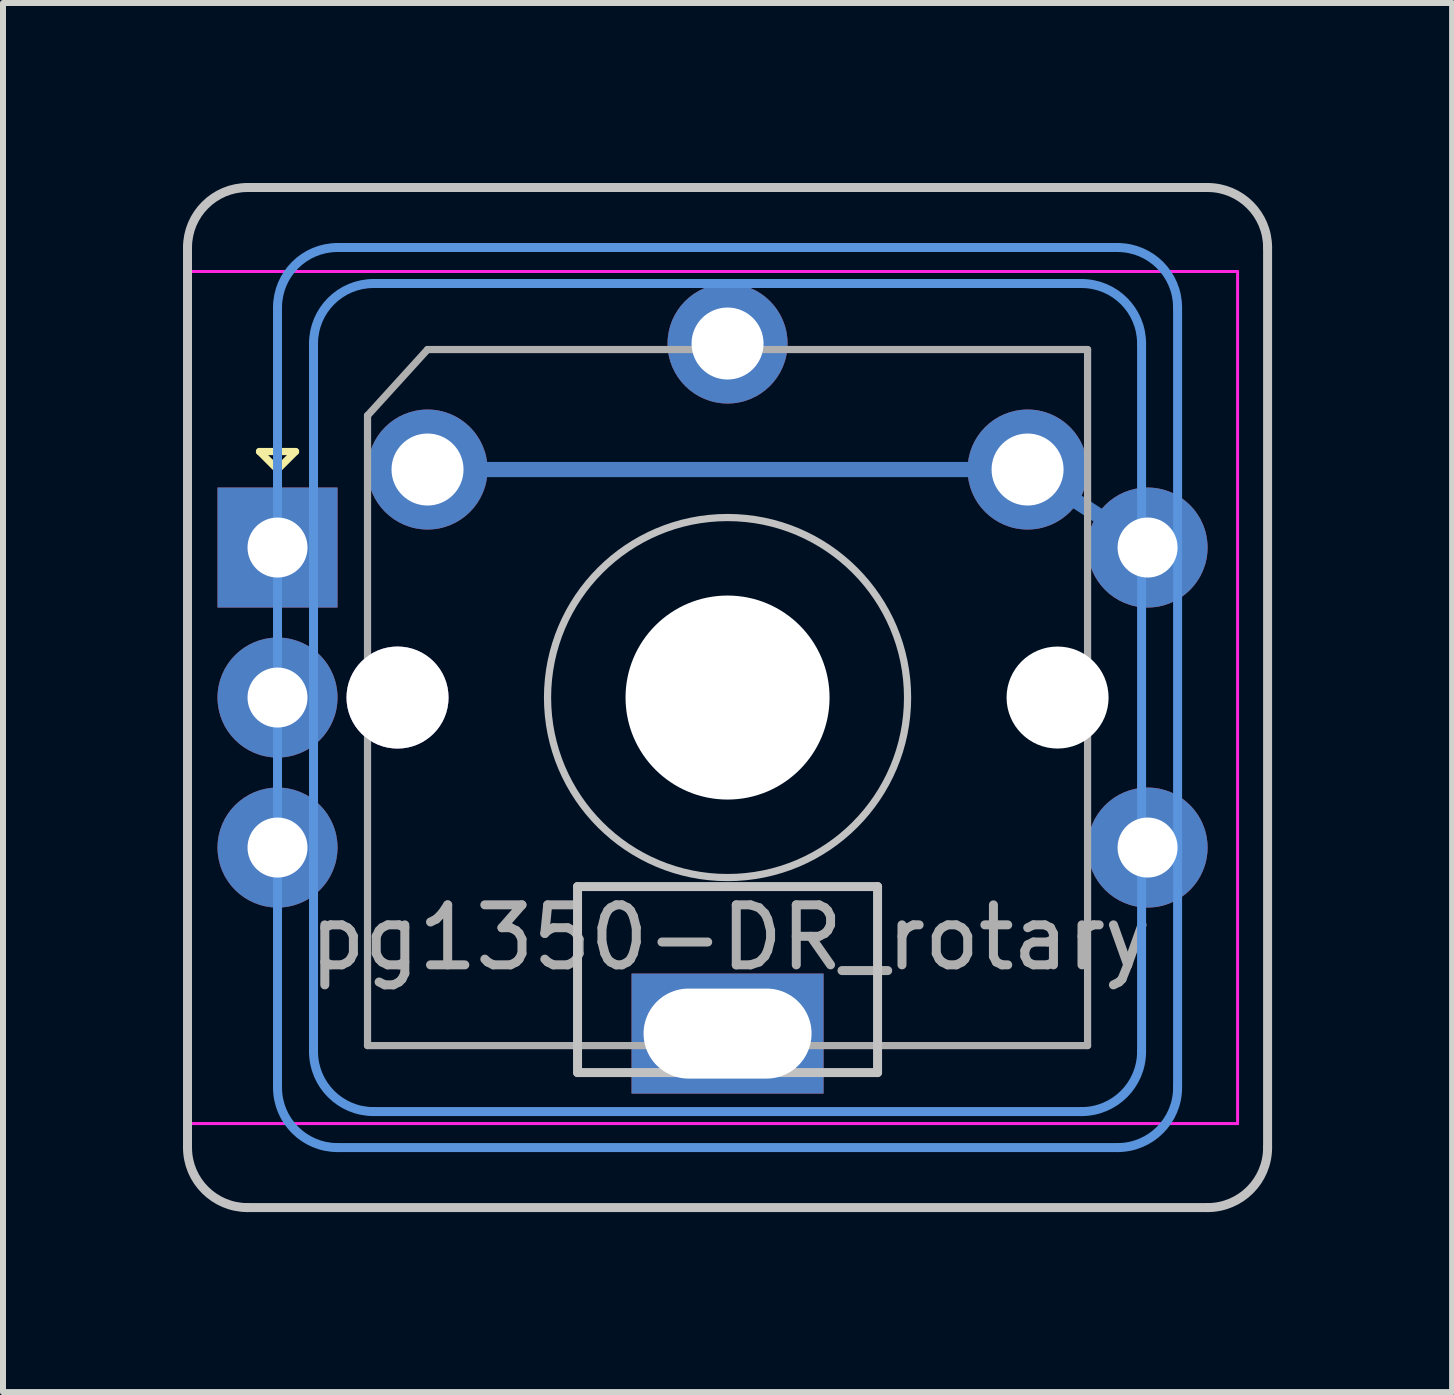
<source format=kicad_pcb>
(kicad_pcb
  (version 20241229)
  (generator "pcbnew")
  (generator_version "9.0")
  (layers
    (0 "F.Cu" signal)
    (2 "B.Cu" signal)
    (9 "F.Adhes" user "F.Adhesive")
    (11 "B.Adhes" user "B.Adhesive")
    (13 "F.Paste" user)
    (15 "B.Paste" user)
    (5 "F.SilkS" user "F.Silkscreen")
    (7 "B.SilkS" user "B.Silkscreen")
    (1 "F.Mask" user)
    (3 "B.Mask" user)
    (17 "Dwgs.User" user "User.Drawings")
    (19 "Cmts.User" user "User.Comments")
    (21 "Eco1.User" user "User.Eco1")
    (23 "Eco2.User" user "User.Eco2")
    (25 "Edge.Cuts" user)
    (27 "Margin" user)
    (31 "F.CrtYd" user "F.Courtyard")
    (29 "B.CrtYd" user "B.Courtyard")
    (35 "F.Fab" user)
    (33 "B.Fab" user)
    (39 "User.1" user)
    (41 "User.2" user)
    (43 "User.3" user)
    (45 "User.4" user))
  (footprint "pg1350-DR_rotary"
    (layer "F.Cu")
    (at 9.075 13.075)
    (property "Reference" "pg1350-DR_rotary" (at 0.05 -0.5 0) (layer "F.Fab") (effects (font (size 1 1) (thickness 0.15))))
    (attr through_hole)
    (fp_line (start -7.8 -8.6) (end -7.2 -8.6) (stroke (width 0.12) (type solid)) (layer "F.SilkS"))
    (fp_line (start -7.5 -8.3) (end -7.8 -8.6) (stroke (width 0.12) (type solid)) (layer "F.SilkS"))
    (fp_line (start -7.2 -8.6) (end -7.5 -8.3) (stroke (width 0.12) (type solid)) (layer "F.SilkS"))
    (fp_line (start -9 3) (end -9 -12) (stroke (width 0.15) (type solid)) (layer "Dwgs.User"))
    (fp_line (start -8 -13) (end 8 -13) (stroke (width 0.15) (type solid)) (layer "Dwgs.User"))
    (fp_line (start -2.5 -1.35) (end -2.5 1.75) (stroke (width 0.15) (type solid)) (layer "Dwgs.User"))
    (fp_line (start -2.5 1.75) (end 2.5 1.75) (stroke (width 0.15) (type solid)) (layer "Dwgs.User"))
    (fp_line (start 2.5 -1.35) (end -2.5 -1.35) (stroke (width 0.15) (type solid)) (layer "Dwgs.User"))
    (fp_line (start 2.5 1.75) (end 2.5 -1.35) (stroke (width 0.15) (type solid)) (layer "Dwgs.User"))
    (fp_line (start 8 4) (end -8 4) (stroke (width 0.15) (type solid)) (layer "Dwgs.User"))
    (fp_line (start 9 -12) (end 9 3) (stroke (width 0.15) (type solid)) (layer "Dwgs.User"))
    (fp_arc (start -9 -12) (mid -8.707107 -12.707107) (end -8 -13) (stroke (width 0.15) (type solid)) (layer "Dwgs.User"))
    (fp_arc (start -8 4) (mid -8.707107 3.707107) (end -9 3) (stroke (width 0.15) (type solid)) (layer "Dwgs.User"))
    (fp_arc (start 8 -13) (mid 8.707107 -12.707107) (end 9 -12) (stroke (width 0.15) (type solid)) (layer "Dwgs.User"))
    (fp_arc (start 9 3) (mid 8.707107 3.707107) (end 8 4) (stroke (width 0.15) (type solid)) (layer "Dwgs.User"))
    (fp_circle (center 0 -4.5) (end 3 -4.5) (stroke (width 0.12) (type solid)) (fill no) (layer "Dwgs.User"))
    (fp_line (start -7.5 2) (end -7.5 -11) (stroke (width 0.15) (type solid)) (layer "Cmts.User"))
    (fp_line (start -6.9 1.4) (end -6.9 -10.4) (stroke (width 0.15) (type solid)) (layer "Cmts.User"))
    (fp_line (start -6.5 -12) (end 6.5 -12) (stroke (width 0.15) (type solid)) (layer "Cmts.User"))
    (fp_line (start -5.9 -11.4) (end 5.9 -11.4) (stroke (width 0.15) (type solid)) (layer "Cmts.User"))
    (fp_line (start 5.9 2.4) (end -5.9 2.4) (stroke (width 0.15) (type solid)) (layer "Cmts.User"))
    (fp_line (start 6.5 3) (end -6.5 3) (stroke (width 0.15) (type solid)) (layer "Cmts.User"))
    (fp_line (start 6.9 -10.4) (end 6.9 1.4) (stroke (width 0.15) (type solid)) (layer "Cmts.User"))
    (fp_line (start 7.5 -11) (end 7.5 2) (stroke (width 0.15) (type solid)) (layer "Cmts.User"))
    (fp_arc (start -7.5 -11) (mid -7.207107 -11.707107) (end -6.5 -12) (stroke (width 0.15) (type solid)) (layer "Cmts.User"))
    (fp_arc (start -6.9 -10.4) (mid -6.607107 -11.107107) (end -5.9 -11.4) (stroke (width 0.15) (type solid)) (layer "Cmts.User"))
    (fp_arc (start -6.5 3) (mid -7.207107 2.707107) (end -7.5 2) (stroke (width 0.15) (type solid)) (layer "Cmts.User"))
    (fp_arc (start -5.9 2.4) (mid -6.607107 2.107107) (end -6.9 1.4) (stroke (width 0.15) (type solid)) (layer "Cmts.User"))
    (fp_arc (start 5.9 -11.4) (mid 6.607107 -11.107107) (end 6.9 -10.4) (stroke (width 0.15) (type solid)) (layer "Cmts.User"))
    (fp_arc (start 6.5 -12) (mid 7.207107 -11.707107) (end 7.5 -11) (stroke (width 0.15) (type solid)) (layer "Cmts.User"))
    (fp_arc (start 6.9 1.4) (mid 6.607107 2.107107) (end 5.9 2.4) (stroke (width 0.15) (type solid)) (layer "Cmts.User"))
    (fp_arc (start 7.5 2) (mid 7.207107 2.707107) (end 6.5 3) (stroke (width 0.15) (type solid)) (layer "Cmts.User"))
    (fp_line (start -8.707 2.793) (end -8.707 -11.707) (stroke (width 0.15) (type solid)) (layer "Eco2.User"))
    (fp_line (start -7.707 -12.707) (end 7.793 -12.707) (stroke (width 0.15) (type solid)) (layer "Eco2.User"))
    (fp_line (start 7.793 3.793) (end -7.707 3.793) (stroke (width 0.15) (type solid)) (layer "Eco2.User"))
    (fp_line (start 8.793 2.793) (end 8.793 -11.707) (stroke (width 0.15) (type solid)) (layer "Eco2.User"))
    (fp_arc (start -8.707107 -11.707106) (mid -8.414213 -12.414212) (end -7.707107 -12.707106) (stroke (width 0.15) (type solid)) (layer "Eco2.User"))
    (fp_arc (start -7.707107 3.792894) (mid -8.414213 3.5) (end -8.707107 2.792894) (stroke (width 0.15) (type solid)) (layer "Eco2.User"))
    (fp_arc (start 7.792893 -12.707106) (mid 8.499999 -12.414212) (end 8.792893 -11.707106) (stroke (width 0.15) (type solid)) (layer "Eco2.User"))
    (fp_arc (start 8.792893 2.792894) (mid 8.499999 3.5) (end 7.792893 3.792894) (stroke (width 0.15) (type solid)) (layer "Eco2.User"))
    (fp_line (start -9 -11.6) (end -9 2.6) (stroke (width 0.05) (type solid)) (layer "F.CrtYd"))
    (fp_line (start -9 -11.6) (end 8.5 -11.6) (stroke (width 0.05) (type solid)) (layer "F.CrtYd"))
    (fp_line (start 8.5 2.6) (end -9 2.6) (stroke (width 0.05) (type solid)) (layer "F.CrtYd"))
    (fp_line (start 8.5 2.6) (end 8.5 -11.6) (stroke (width 0.05) (type solid)) (layer "F.CrtYd"))
    (fp_line (start -6 -9.2) (end -5 -10.3) (stroke (width 0.12) (type solid)) (layer "F.Fab"))
    (fp_line (start -6 1.3) (end -6 -9.2) (stroke (width 0.12) (type solid)) (layer "F.Fab"))
    (fp_line (start -5 -10.3) (end 6 -10.3) (stroke (width 0.12) (type solid)) (layer "F.Fab"))
    (fp_line (start 6 -10.3) (end 6 1.3) (stroke (width 0.12) (type solid)) (layer "F.Fab"))
    (fp_line (start 6 1.3) (end -6 1.3) (stroke (width 0.12) (type solid)) (layer "F.Fab"))
    (pad "" np_thru_hole circle (at 0 -4.5) (size 3.4 3.4) (drill 3.4) (layers "*.Cu" "*.Mask"))
    (pad "" np_thru_hole rect (at 0 1.1) (size 3.2 2) (drill oval 2.8 1.5) (layers "*.Cu" "*.Mask"))
    (pad "" np_thru_hole circle (at 5.5 -4.5) (size 1.7 1.7) (drill 1.7) (layers "*.Cu" "*.Mask"))
    (pad "A" thru_hole rect (at -7.5 -7) (size 2 2) (drill 1) (layers "*.Cu" "*.Mask"))
    (pad "B" thru_hole circle (at -7.5 -2) (size 2 2) (drill 1) (layers "*.Cu" "*.Mask"))
    (pad "C" thru_hole circle (at -7.5 -4.5) (size 2 2) (drill 1) (layers "*.Cu" "*.Mask"))
    (pad "C" thru_hole circle (at -5.5 -4.5) (size 1.7 1.7) (drill 1.7) (layers "*.Cu" "*.Mask"))
    (pad "S1" thru_hole circle (at 0 -10.4) (size 2 2) (drill 1.2) (layers "*.Cu" "*.Mask"))
    (pad "S1" thru_hole circle (at 7 -2) (size 2 2) (drill 1) (layers "*.Cu" "*.Mask"))
    (pad "S2" connect custom (at -5 -8.3) (size 0.9 0.9) (layers "B.Cu") (options (anchor circle)) (primitives (gr_line (start 0 0) (end 10 0) (width 0.254))))
    (pad "S2" thru_hole circle (at -5 -8.3) (size 2 2) (drill 1.2) (layers "*.Cu" "F.Mask"))
    (pad "S2" connect custom (at 5 -8.3) (size 0.9 0.9) (layers "B.Cu") (options (anchor circle)) (primitives (gr_line (start 0 0) (end 2 1.3) (width 0.254))))
    (pad "S2" thru_hole circle (at 5 -8.3) (size 2 2) (drill 1.2) (layers "*.Cu" "B.Mask"))
    (pad "S2" thru_hole circle (at 7 -7) (size 2 2) (drill 1) (layers "*.Cu" "*.Mask")))
  (gr_rect
    (start -3 -3)
    (end 21.15 20.15)
    (stroke (width 0.1) (type default))
    (fill no)
    (layer "Edge.Cuts")))
</source>
